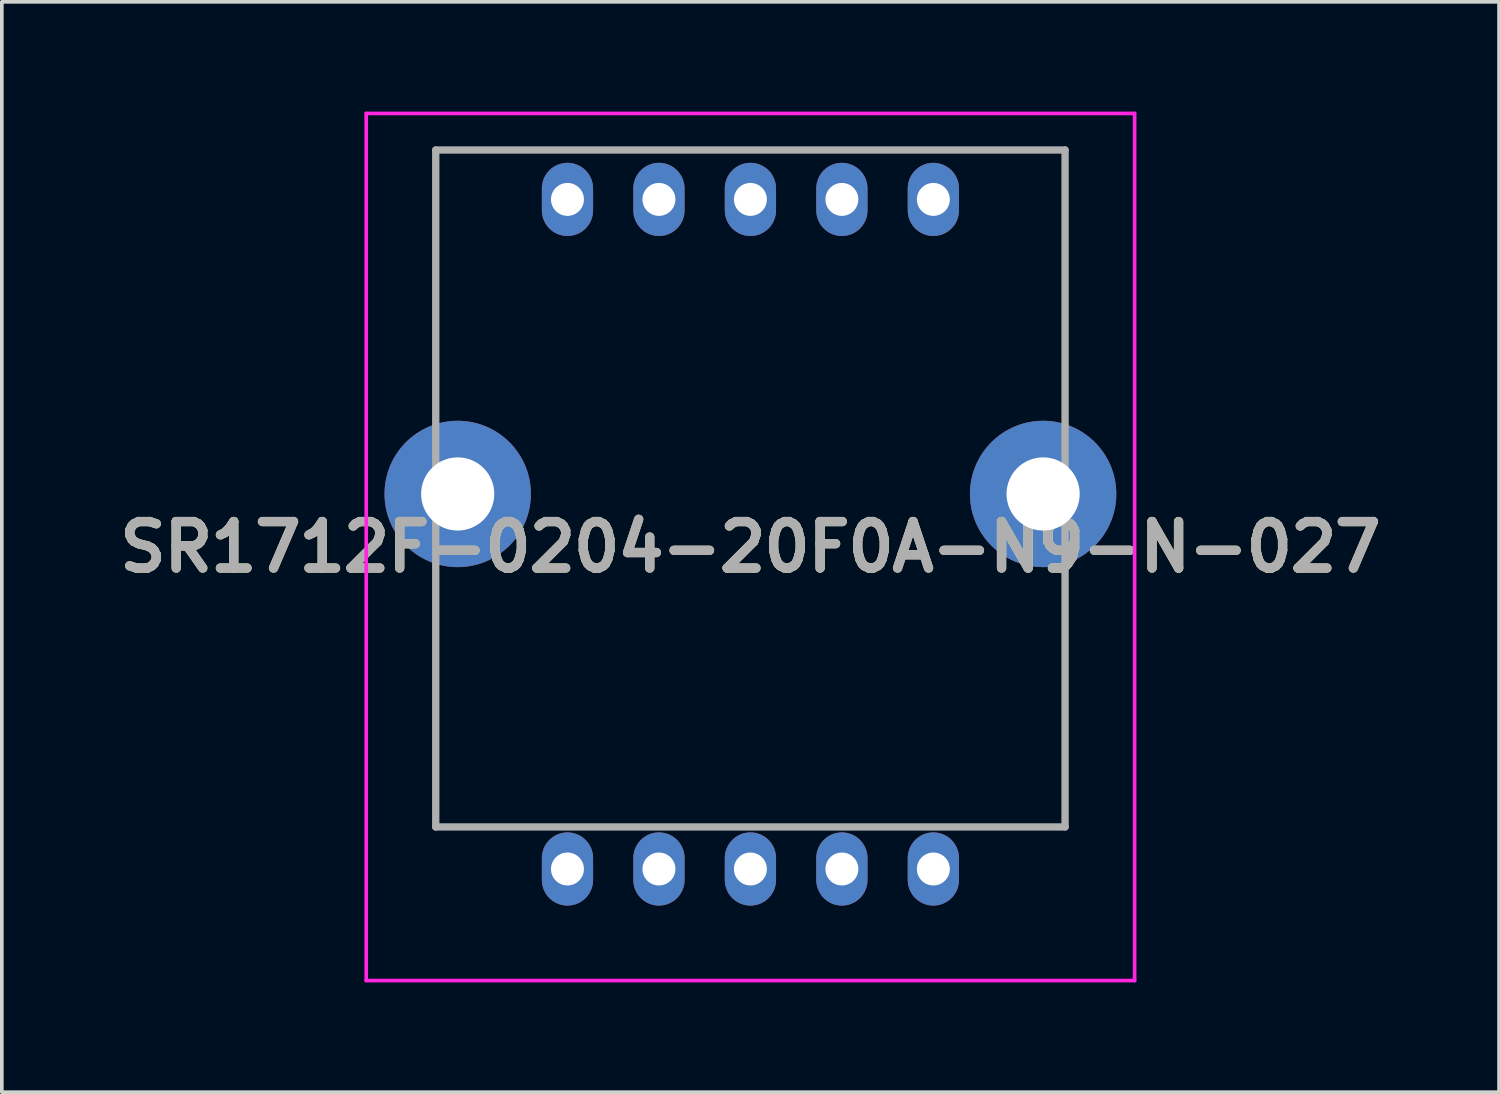
<source format=kicad_pcb>
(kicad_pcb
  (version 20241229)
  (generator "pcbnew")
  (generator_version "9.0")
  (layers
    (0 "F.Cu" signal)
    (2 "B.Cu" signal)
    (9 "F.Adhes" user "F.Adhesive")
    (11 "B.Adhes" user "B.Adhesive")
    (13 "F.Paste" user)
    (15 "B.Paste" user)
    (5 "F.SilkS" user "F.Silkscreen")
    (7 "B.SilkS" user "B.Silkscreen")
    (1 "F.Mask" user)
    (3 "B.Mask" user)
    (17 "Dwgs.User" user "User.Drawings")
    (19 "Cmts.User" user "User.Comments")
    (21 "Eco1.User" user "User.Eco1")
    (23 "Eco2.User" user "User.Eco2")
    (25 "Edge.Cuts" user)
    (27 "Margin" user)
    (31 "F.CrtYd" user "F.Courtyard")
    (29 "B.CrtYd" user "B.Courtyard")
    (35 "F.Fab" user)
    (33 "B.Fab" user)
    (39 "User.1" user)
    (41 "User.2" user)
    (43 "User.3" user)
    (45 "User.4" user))
  (footprint "SR1712F-0204-20F0A-N9-N-027"
    (layer "F.Cu")
    (at 22.459 20.7)
    (property "Reference" "SR1712F-0204-20F0A-N9-N-027" (at -5 -8.8 0) (layer "F.SilkS") (effects (font (size 1.27 1.27) (thickness 0.254))))
    (attr through_hole)
    (fp_line (start -13.6 -19.65) (end -13.6 -19.65) (stroke (width 0.1) (type solid)) (layer "F.SilkS"))
    (fp_line (start -13.6 -19.65) (end -13.6 -19.65) (stroke (width 0.1) (type solid)) (layer "F.SilkS"))
    (fp_line (start -13.6 -19.65) (end -13.6 -12.4) (stroke (width 0.1) (type solid)) (layer "F.SilkS"))
    (fp_line (start -13.6 -19.65) (end 3.6 -19.65) (stroke (width 0.1) (type solid)) (layer "F.SilkS"))
    (fp_line (start -13.6 -12.4) (end -13.6 -19.65) (stroke (width 0.1) (type solid)) (layer "F.SilkS"))
    (fp_line (start -13.6 -12.4) (end -13.6 -12.4) (stroke (width 0.1) (type solid)) (layer "F.SilkS"))
    (fp_line (start -13.6 -8.15) (end -13.6 -8.15) (stroke (width 0.1) (type solid)) (layer "F.SilkS"))
    (fp_line (start -13.6 -8.15) (end -13.6 -1.15) (stroke (width 0.1) (type solid)) (layer "F.SilkS"))
    (fp_line (start -13.6 -1.15) (end -13.6 -8.15) (stroke (width 0.1) (type solid)) (layer "F.SilkS"))
    (fp_line (start -13.6 -1.15) (end -13.6 -1.15) (stroke (width 0.1) (type solid)) (layer "F.SilkS"))
    (fp_line (start -13.6 -1.15) (end -13.6 -1.15) (stroke (width 0.1) (type solid)) (layer "F.SilkS"))
    (fp_line (start -13.6 -1.15) (end 3.6 -1.15) (stroke (width 0.1) (type solid)) (layer "F.SilkS"))
    (fp_line (start 3.6 -19.65) (end -13.6 -19.65) (stroke (width 0.1) (type solid)) (layer "F.SilkS"))
    (fp_line (start 3.6 -19.65) (end 3.6 -19.65) (stroke (width 0.1) (type solid)) (layer "F.SilkS"))
    (fp_line (start 3.6 -19.65) (end 3.6 -19.65) (stroke (width 0.1) (type solid)) (layer "F.SilkS"))
    (fp_line (start 3.6 -19.65) (end 3.6 -12.65) (stroke (width 0.1) (type solid)) (layer "F.SilkS"))
    (fp_line (start 3.6 -12.65) (end 3.6 -19.65) (stroke (width 0.1) (type solid)) (layer "F.SilkS"))
    (fp_line (start 3.6 -12.65) (end 3.6 -12.65) (stroke (width 0.1) (type solid)) (layer "F.SilkS"))
    (fp_line (start 3.6 -8.15) (end 3.6 -8.15) (stroke (width 0.1) (type solid)) (layer "F.SilkS"))
    (fp_line (start 3.6 -8.15) (end 3.6 -1.15) (stroke (width 0.1) (type solid)) (layer "F.SilkS"))
    (fp_line (start 3.6 -1.15) (end -13.6 -1.15) (stroke (width 0.1) (type solid)) (layer "F.SilkS"))
    (fp_line (start 3.6 -1.15) (end 3.6 -8.15) (stroke (width 0.1) (type solid)) (layer "F.SilkS"))
    (fp_line (start 3.6 -1.15) (end 3.6 -1.15) (stroke (width 0.1) (type solid)) (layer "F.SilkS"))
    (fp_line (start 3.6 -1.15) (end 3.6 -1.15) (stroke (width 0.1) (type solid)) (layer "F.SilkS"))
    (fp_line (start -15.5 -20.65) (end 5.5 -20.65) (stroke (width 0.1) (type solid)) (layer "F.CrtYd"))
    (fp_line (start -15.5 3.05) (end -15.5 -20.65) (stroke (width 0.1) (type solid)) (layer "F.CrtYd"))
    (fp_line (start 5.5 -20.65) (end 5.5 3.05) (stroke (width 0.1) (type solid)) (layer "F.CrtYd"))
    (fp_line (start 5.5 3.05) (end -15.5 3.05) (stroke (width 0.1) (type solid)) (layer "F.CrtYd"))
    (fp_line (start -13.6 -19.65) (end -13.6 -1.15) (stroke (width 0.2) (type solid)) (layer "F.Fab"))
    (fp_line (start -13.6 -1.15) (end 3.6 -1.15) (stroke (width 0.2) (type solid)) (layer "F.Fab"))
    (fp_line (start 3.6 -19.65) (end -13.6 -19.65) (stroke (width 0.2) (type solid)) (layer "F.Fab"))
    (fp_line (start 3.6 -1.15) (end 3.6 -19.65) (stroke (width 0.2) (type solid)) (layer "F.Fab"))
    (fp_text user "${REFERENCE}" (at -5 -8.8 0) (layer "F.Fab") (effects (font (size 1.27 1.27) (thickness 0.254))))
    (pad "1" thru_hole oval (at 0 0) (size 1.4 2) (drill 0.9) (layers "*.Cu" "*.Mask"))
    (pad "2" thru_hole oval (at -2.5 0) (size 1.4 2) (drill 0.9) (layers "*.Cu" "*.Mask"))
    (pad "3" thru_hole oval (at -5 0) (size 1.4 2) (drill 0.9) (layers "*.Cu" "*.Mask"))
    (pad "4" thru_hole oval (at -7.5 0) (size 1.4 2) (drill 0.9) (layers "*.Cu" "*.Mask"))
    (pad "5" thru_hole oval (at -10 0) (size 1.4 2) (drill 0.9) (layers "*.Cu" "*.Mask"))
    (pad "6" thru_hole oval (at -10 -18.3) (size 1.4 2) (drill 0.9) (layers "*.Cu" "*.Mask"))
    (pad "7" thru_hole oval (at -7.5 -18.3) (size 1.4 2) (drill 0.9) (layers "*.Cu" "*.Mask"))
    (pad "8" thru_hole oval (at -5 -18.3) (size 1.4 2) (drill 0.9) (layers "*.Cu" "*.Mask"))
    (pad "9" thru_hole oval (at -2.5 -18.3) (size 1.4 2) (drill 0.9) (layers "*.Cu" "*.Mask"))
    (pad "10" thru_hole oval (at 0 -18.3) (size 1.4 2) (drill 0.9) (layers "*.Cu" "*.Mask"))
    (pad "MH1" thru_hole circle (at 3 -10.25) (size 4 4) (drill 2) (layers "*.Cu" "*.Mask"))
    (pad "MH2" thru_hole circle (at -13 -10.25) (size 4 4) (drill 2) (layers "*.Cu" "*.Mask")))
  (gr_rect
    (start -3 -3)
    (end 37.919 26.8)
    (stroke (width 0.1) (type default))
    (fill no)
    (layer "Edge.Cuts")))
</source>
